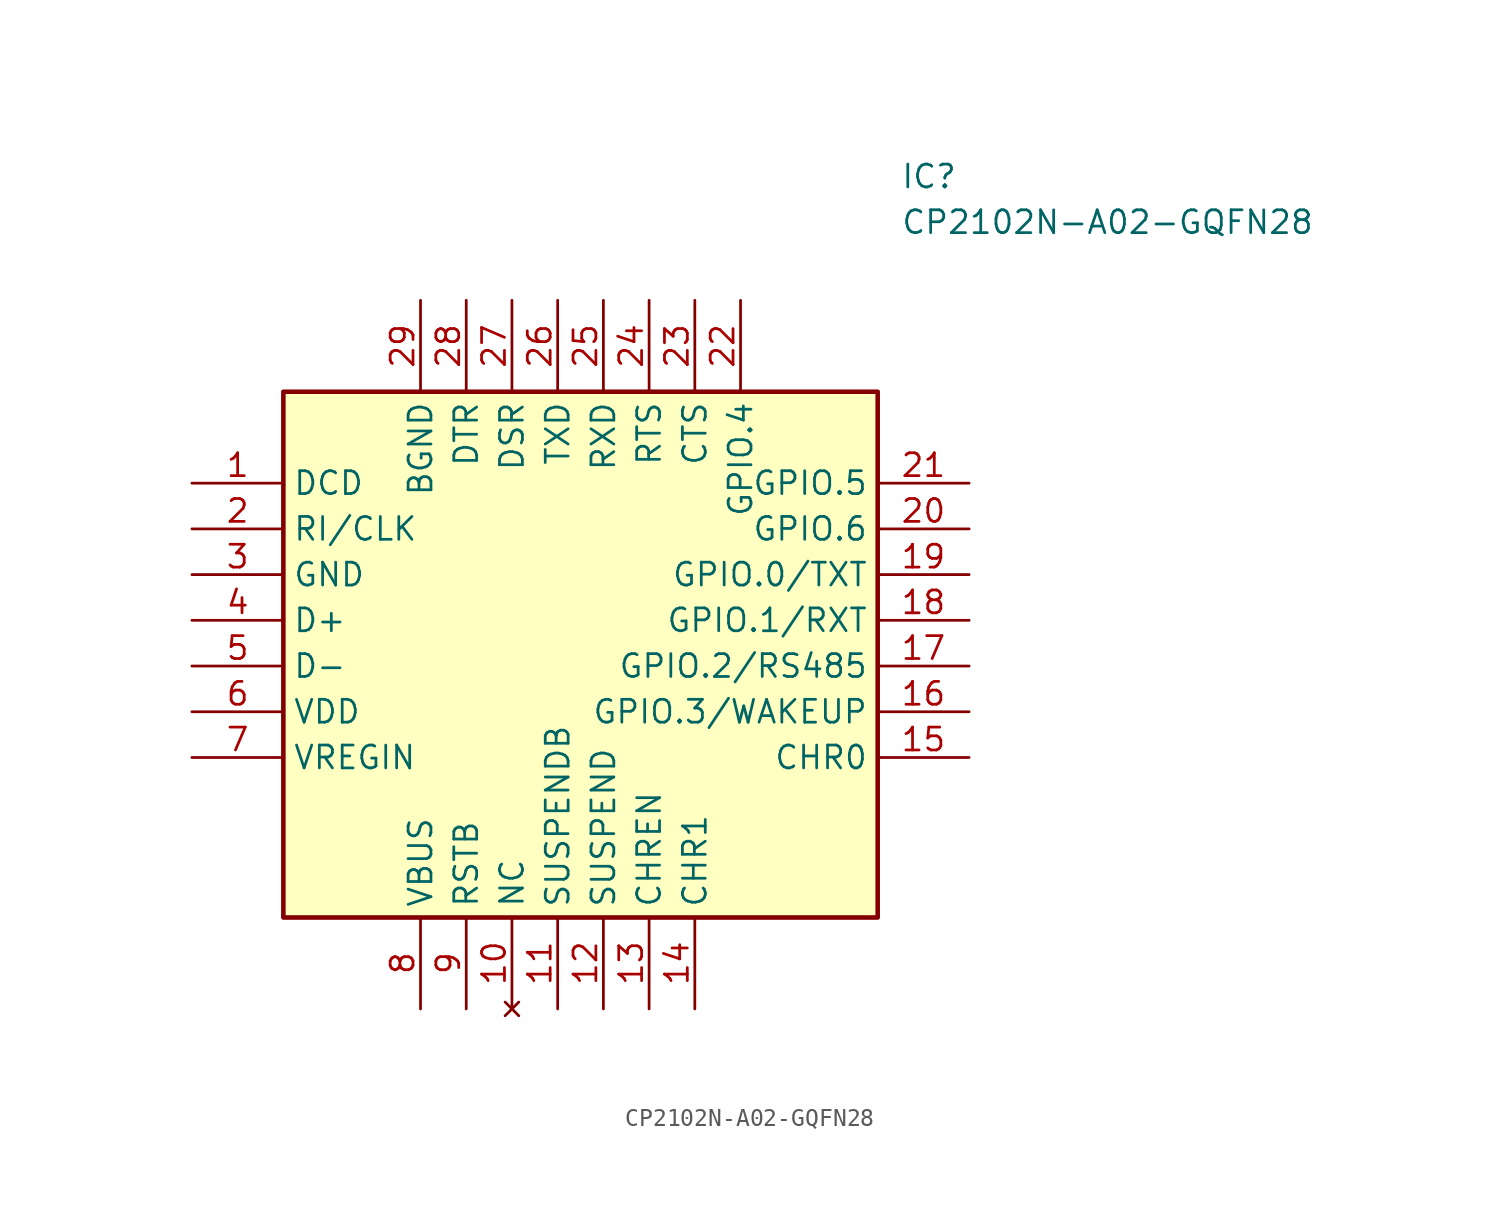
<source format=kicad_sym>
(kicad_symbol_lib
  (version 20241209)
  (generator "kicad_symbol_editor")
  (generator_version "9.0")
  (symbol "CP2102N-A02-GQFN28"
    (property "Reference" "IC"
      (at 39.37 17.78 0)
      (effects (font (size 1.27 1.27)) (justify left top)))
    (property "Value" "CP2102N-A02-GQFN28"
      (at 39.37 15.24 0)
      (effects (font (size 1.27 1.27)) (justify left top)))
    (symbol "CP2102N-A02-GQFN28_1_1"
      (rectangle (start 5.08 5.08) (end 38.1 -24.13) (stroke (width 0.254) (type default)) (fill (type background)))
      (pin input line (at 0 0 0) (length 5.08) (name "DCD" (effects (font (size 1.27 1.27)))) (number "1" (effects (font (size 1.27 1.27)))))
      (pin bidirectional line (at 0 -2.54 0) (length 5.08) (name "RI/CLK" (effects (font (size 1.27 1.27)))) (number "2" (effects (font (size 1.27 1.27)))))
      (pin power_in line (at 0 -5.08 0) (length 5.08) (name "GND" (effects (font (size 1.27 1.27)))) (number "3" (effects (font (size 1.27 1.27)))))
      (pin bidirectional line (at 0 -7.62 0) (length 5.08) (name "D+" (effects (font (size 1.27 1.27)))) (number "4" (effects (font (size 1.27 1.27)))))
      (pin bidirectional line (at 0 -10.16 0) (length 5.08) (name "D-" (effects (font (size 1.27 1.27)))) (number "5" (effects (font (size 1.27 1.27)))))
      (pin power_in line (at 0 -12.7 0) (length 5.08) (name "VDD" (effects (font (size 1.27 1.27)))) (number "6" (effects (font (size 1.27 1.27)))))
      (pin power_in line (at 0 -15.24 0) (length 5.08) (name "VREGIN" (effects (font (size 1.27 1.27)))) (number "7" (effects (font (size 1.27 1.27)))))
      (pin power_in line (at 12.7 10.16 270) (length 5.08) (name "BGND" (effects (font (size 1.27 1.27)))) (number "29" (effects (font (size 1.27 1.27)))))
      (pin input line (at 12.7 -29.21 90) (length 5.08) (name "VBUS" (effects (font (size 1.27 1.27)))) (number "8" (effects (font (size 1.27 1.27)))))
      (pin output line (at 15.24 10.16 270) (length 5.08) (name "DTR" (effects (font (size 1.27 1.27)))) (number "28" (effects (font (size 1.27 1.27)))))
      (pin input line (at 15.24 -29.21 90) (length 5.08) (name "RSTB" (effects (font (size 1.27 1.27)))) (number "9" (effects (font (size 1.27 1.27)))))
      (pin input line (at 17.78 10.16 270) (length 5.08) (name "DSR" (effects (font (size 1.27 1.27)))) (number "27" (effects (font (size 1.27 1.27)))))
      (pin no_connect line (at 17.78 -29.21 90) (length 5.08) (name "NC" (effects (font (size 1.27 1.27)))) (number "10" (effects (font (size 1.27 1.27)))))
      (pin output line (at 20.32 10.16 270) (length 5.08) (name "TXD" (effects (font (size 1.27 1.27)))) (number "26" (effects (font (size 1.27 1.27)))))
      (pin output line (at 20.32 -29.21 90) (length 5.08) (name "SUSPENDB" (effects (font (size 1.27 1.27)))) (number "11" (effects (font (size 1.27 1.27)))))
      (pin input line (at 22.86 10.16 270) (length 5.08) (name "RXD" (effects (font (size 1.27 1.27)))) (number "25" (effects (font (size 1.27 1.27)))))
      (pin output line (at 22.86 -29.21 90) (length 5.08) (name "SUSPEND" (effects (font (size 1.27 1.27)))) (number "12" (effects (font (size 1.27 1.27)))))
      (pin output line (at 25.4 10.16 270) (length 5.08) (name "RTS" (effects (font (size 1.27 1.27)))) (number "24" (effects (font (size 1.27 1.27)))))
      (pin output line (at 25.4 -29.21 90) (length 5.08) (name "CHREN" (effects (font (size 1.27 1.27)))) (number "13" (effects (font (size 1.27 1.27)))))
      (pin input line (at 27.94 10.16 270) (length 5.08) (name "CTS" (effects (font (size 1.27 1.27)))) (number "23" (effects (font (size 1.27 1.27)))))
      (pin output line (at 27.94 -29.21 90) (length 5.08) (name "CHR1" (effects (font (size 1.27 1.27)))) (number "14" (effects (font (size 1.27 1.27)))))
      (pin bidirectional line (at 30.48 10.16 270) (length 5.08) (name "GPIO.4" (effects (font (size 1.27 1.27)))) (number "22" (effects (font (size 1.27 1.27)))))
      (pin bidirectional line (at 43.18 0 180) (length 5.08) (name "GPIO.5" (effects (font (size 1.27 1.27)))) (number "21" (effects (font (size 1.27 1.27)))))
      (pin bidirectional line (at 43.18 -2.54 180) (length 5.08) (name "GPIO.6" (effects (font (size 1.27 1.27)))) (number "20" (effects (font (size 1.27 1.27)))))
      (pin bidirectional line (at 43.18 -5.08 180) (length 5.08) (name "GPIO.0/TXT" (effects (font (size 1.27 1.27)))) (number "19" (effects (font (size 1.27 1.27)))))
      (pin bidirectional line (at 43.18 -7.62 180) (length 5.08) (name "GPIO.1/RXT" (effects (font (size 1.27 1.27)))) (number "18" (effects (font (size 1.27 1.27)))))
      (pin bidirectional line (at 43.18 -10.16 180) (length 5.08) (name "GPIO.2/RS485" (effects (font (size 1.27 1.27)))) (number "17" (effects (font (size 1.27 1.27)))))
      (pin bidirectional line (at 43.18 -12.7 180) (length 5.08) (name "GPIO.3/WAKEUP" (effects (font (size 1.27 1.27)))) (number "16" (effects (font (size 1.27 1.27)))))
      (pin output line (at 43.18 -15.24 180) (length 5.08) (name "CHR0" (effects (font (size 1.27 1.27)))) (number "15" (effects (font (size 1.27 1.27))))))))
</source>
